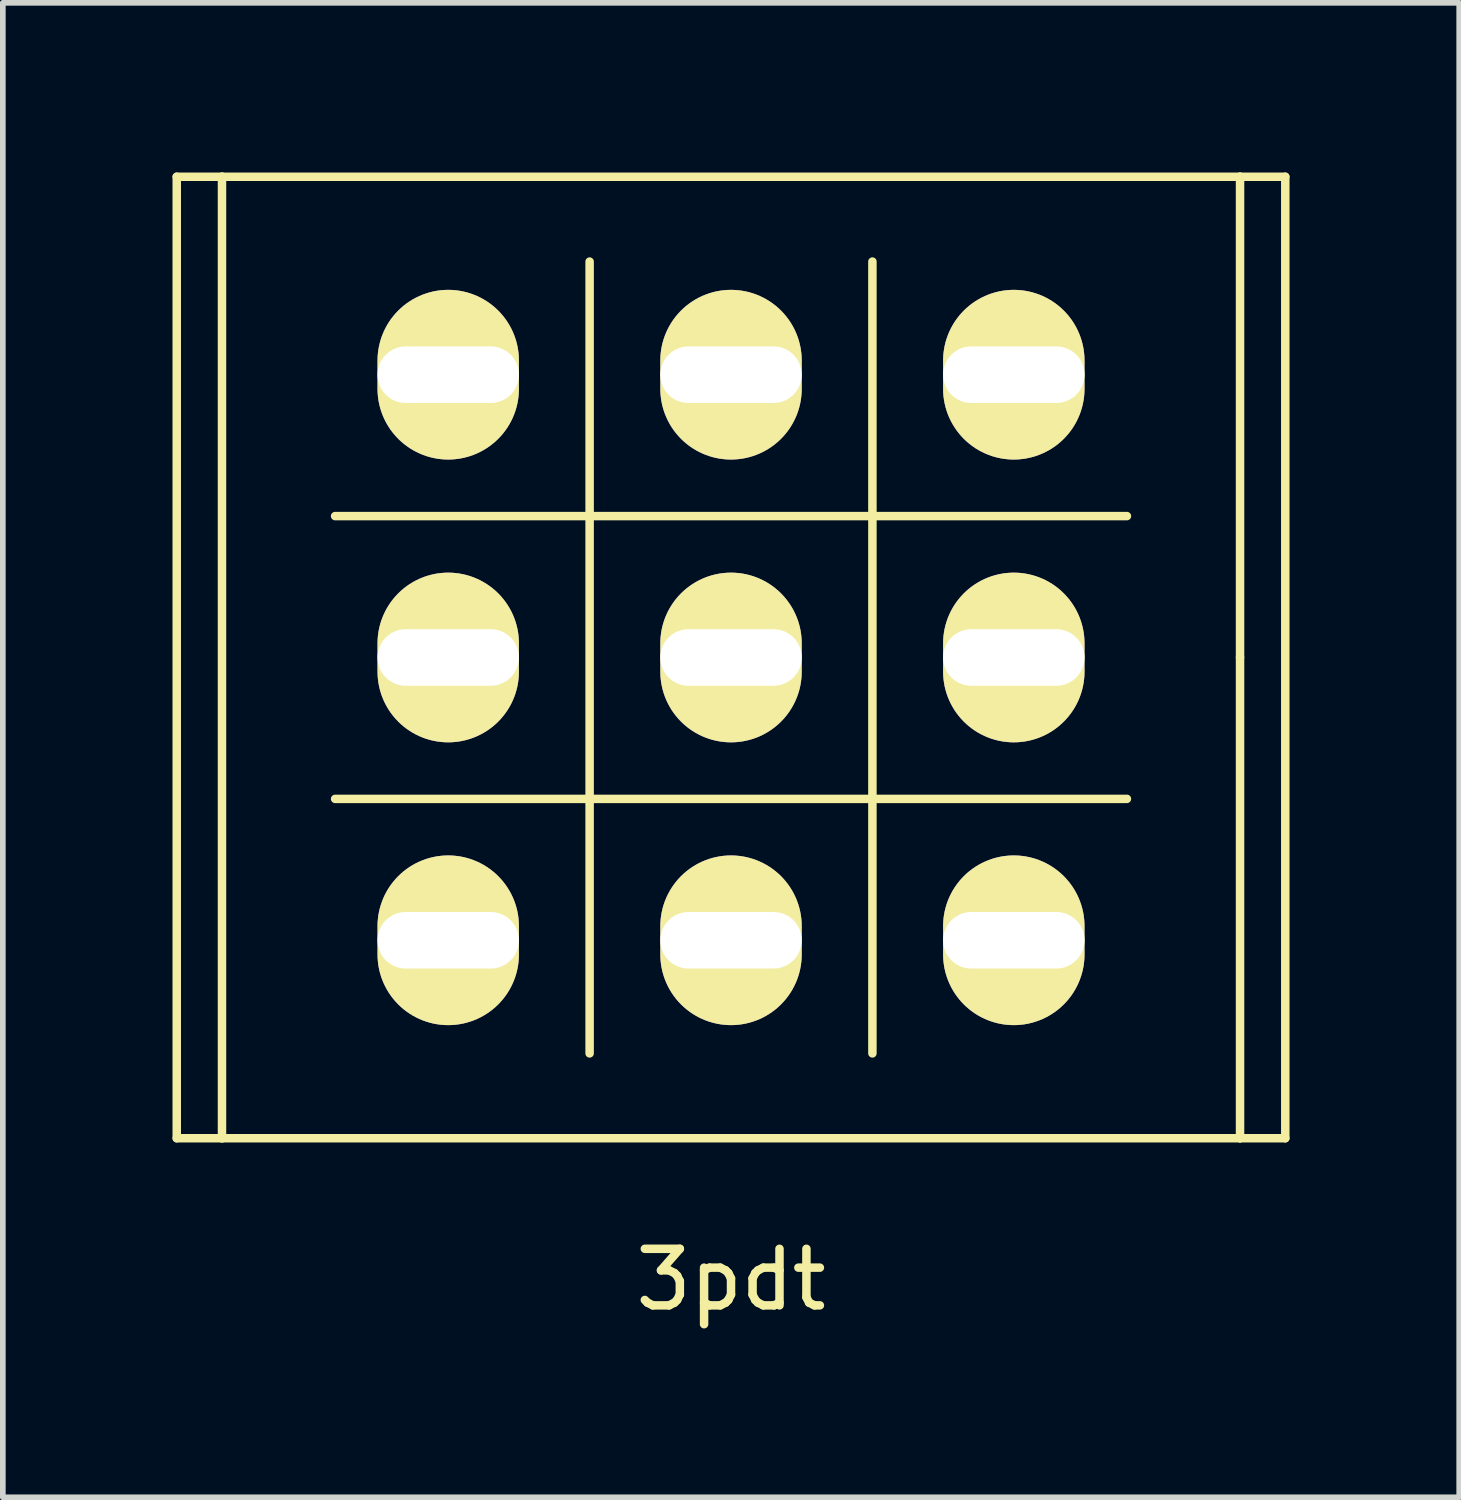
<source format=kicad_pcb>
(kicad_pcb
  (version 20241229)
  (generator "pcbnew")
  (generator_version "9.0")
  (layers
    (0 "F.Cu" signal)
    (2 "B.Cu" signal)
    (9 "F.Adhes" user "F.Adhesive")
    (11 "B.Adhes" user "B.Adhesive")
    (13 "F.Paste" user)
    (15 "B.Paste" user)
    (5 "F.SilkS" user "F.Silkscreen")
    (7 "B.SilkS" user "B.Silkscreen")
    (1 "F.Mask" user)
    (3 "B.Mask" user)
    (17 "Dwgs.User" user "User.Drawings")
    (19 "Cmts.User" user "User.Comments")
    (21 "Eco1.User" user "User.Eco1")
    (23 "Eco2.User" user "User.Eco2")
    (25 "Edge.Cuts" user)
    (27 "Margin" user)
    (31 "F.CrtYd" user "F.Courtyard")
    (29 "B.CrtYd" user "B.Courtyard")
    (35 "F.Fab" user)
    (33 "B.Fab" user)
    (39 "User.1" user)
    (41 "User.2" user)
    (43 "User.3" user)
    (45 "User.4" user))
  (footprint "3pdt"
    (layer "F.Cu")
    (at 9.875 8.575)
    (property "Reference" "3pdt" (at 0 11 0) (layer "F.SilkS") (effects (font (size 1 1) (thickness 0.15))))
    (attr through_hole)
    (fp_line (start -9.8 -8.5) (end -9 -8.5) (stroke (width 0.15) (type solid)) (layer "F.SilkS"))
    (fp_line (start -9.8 8.5) (end -9.8 -8.5) (stroke (width 0.15) (type solid)) (layer "F.SilkS"))
    (fp_line (start -9 -8.5) (end 9 -8.5) (stroke (width 0.15) (type solid)) (layer "F.SilkS"))
    (fp_line (start -9 8.5) (end -9.8 8.5) (stroke (width 0.15) (type solid)) (layer "F.SilkS"))
    (fp_line (start -9 8.5) (end -9 -8.5) (stroke (width 0.15) (type solid)) (layer "F.SilkS"))
    (fp_line (start -9 8.5) (end 9 8.5) (stroke (width 0.15) (type solid)) (layer "F.SilkS"))
    (fp_line (start -7 -2.5) (end 7 -2.5) (stroke (width 0.15) (type solid)) (layer "F.SilkS"))
    (fp_line (start -2.5 -7) (end -2.5 7) (stroke (width 0.15) (type solid)) (layer "F.SilkS"))
    (fp_line (start 2.5 7) (end 2.5 -7) (stroke (width 0.15) (type solid)) (layer "F.SilkS"))
    (fp_line (start 7 2.5) (end -7 2.5) (stroke (width 0.15) (type solid)) (layer "F.SilkS"))
    (fp_line (start 9 -8.5) (end 9 0) (stroke (width 0.15) (type solid)) (layer "F.SilkS"))
    (fp_line (start 9 8.5) (end 9 0) (stroke (width 0.15) (type solid)) (layer "F.SilkS"))
    (fp_line (start 9.8 -8.5) (end 9 -8.5) (stroke (width 0.15) (type solid)) (layer "F.SilkS"))
    (fp_line (start 9.8 8.5) (end 9 8.5) (stroke (width 0.15) (type solid)) (layer "F.SilkS"))
    (fp_line (start 9.8 8.5) (end 9.8 -8.5) (stroke (width 0.15) (type solid)) (layer "F.SilkS"))
    (pad "1" thru_hole oval (at 5 5) (size 2.5 3) (drill oval 2.5 1) (layers "*.Cu" "*.Mask" "F.SilkS"))
    (pad "2" thru_hole oval (at 5 0) (size 2.5 3) (drill oval 2.5 1) (layers "*.Cu" "*.Mask" "F.SilkS"))
    (pad "3" thru_hole oval (at 5 -5) (size 2.5 3) (drill oval 2.5 1) (layers "*.Cu" "*.Mask" "F.SilkS"))
    (pad "4" thru_hole oval (at 0 5) (size 2.5 3) (drill oval 2.5 1) (layers "*.Cu" "*.Mask" "F.SilkS"))
    (pad "5" thru_hole oval (at 0 0) (size 2.5 3) (drill oval 2.5 1) (layers "*.Cu" "*.Mask" "F.SilkS"))
    (pad "6" thru_hole oval (at 0 -5) (size 2.5 3) (drill oval 2.5 1) (layers "*.Cu" "*.Mask" "F.SilkS"))
    (pad "7" thru_hole oval (at -5 5) (size 2.5 3) (drill oval 2.5 1) (layers "*.Cu" "*.Mask" "F.SilkS"))
    (pad "8" thru_hole oval (at -5 0) (size 2.5 3) (drill oval 2.5 1) (layers "*.Cu" "*.Mask" "F.SilkS"))
    (pad "9" thru_hole oval (at -5 -5) (size 2.5 3) (drill oval 2.5 1) (layers "*.Cu" "*.Mask" "F.SilkS")))
  (gr_rect
    (start -3 -3)
    (end 22.75 23.423)
    (stroke (width 0.1) (type default))
    (fill no)
    (layer "Edge.Cuts")))
</source>
